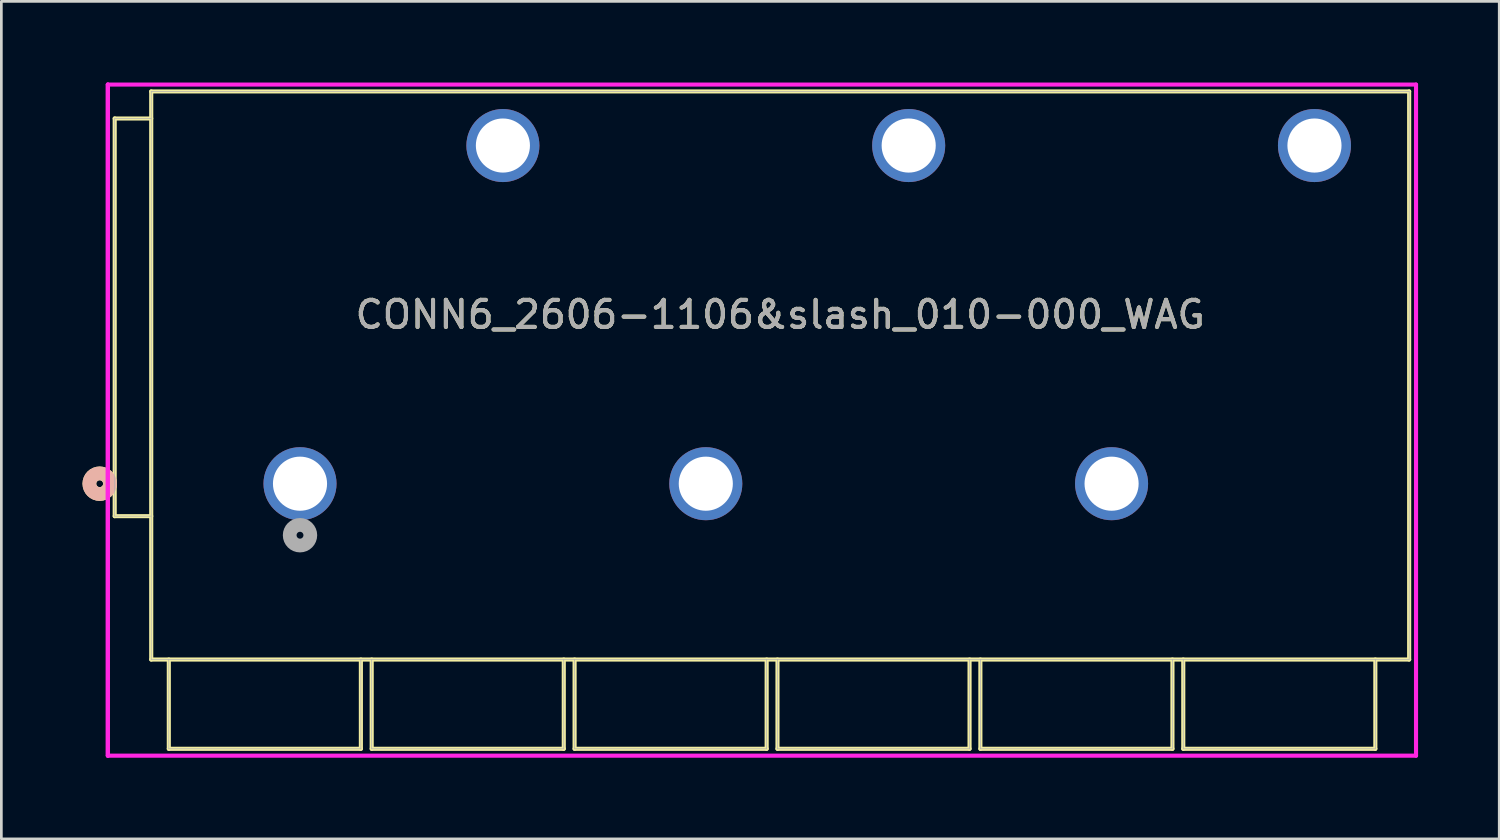
<source format=kicad_pcb>
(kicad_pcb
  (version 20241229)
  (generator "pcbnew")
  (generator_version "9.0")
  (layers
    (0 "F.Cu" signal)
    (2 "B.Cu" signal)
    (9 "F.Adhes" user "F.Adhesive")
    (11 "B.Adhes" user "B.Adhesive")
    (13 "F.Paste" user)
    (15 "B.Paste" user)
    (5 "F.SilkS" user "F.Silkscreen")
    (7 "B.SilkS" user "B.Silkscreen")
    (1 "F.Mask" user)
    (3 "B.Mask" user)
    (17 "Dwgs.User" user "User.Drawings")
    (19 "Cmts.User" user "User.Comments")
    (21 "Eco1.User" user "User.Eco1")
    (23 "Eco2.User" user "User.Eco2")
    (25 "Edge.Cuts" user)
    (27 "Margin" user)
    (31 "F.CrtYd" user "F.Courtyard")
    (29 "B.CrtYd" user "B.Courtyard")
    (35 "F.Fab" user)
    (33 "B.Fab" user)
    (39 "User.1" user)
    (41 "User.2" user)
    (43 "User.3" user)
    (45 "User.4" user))
  (footprint "CONN6_2606-1106&slash_010-000_WAG"
    (layer "F.Cu")
    (at 8.04 14.83)
    (property "Reference" "CONN6_2606-1106&slash_010-000_WAG" (at 17.75 -6.25 0) (unlocked yes) (layer "F.SilkS") (effects (font (size 1 1) (thickness 0.15))))
    (attr through_hole)
    (fp_line (start -6.85 1.2) (end -6.85 -13.5) (stroke (width 0.152) (type solid)) (layer "F.SilkS"))
    (fp_line (start -5.5 -14.5) (end 41 -14.5) (stroke (width 0.152) (type solid)) (layer "F.SilkS"))
    (fp_line (start -5.5 -13.5) (end -6.85 -13.5) (stroke (width 0.152) (type solid)) (layer "F.SilkS"))
    (fp_line (start -5.5 1.2) (end -6.85 1.2) (stroke (width 0.152) (type solid)) (layer "F.SilkS"))
    (fp_line (start -5.5 6.5) (end -5.5 -14.5) (stroke (width 0.152) (type solid)) (layer "F.SilkS"))
    (fp_line (start -5.5 6.5) (end 41 6.5) (stroke (width 0.152) (type solid)) (layer "F.SilkS"))
    (fp_line (start -4.85 6.5) (end -4.85 9.8) (stroke (width 0.152) (type solid)) (layer "F.SilkS"))
    (fp_line (start -4.85 9.8) (end 2.25 9.8) (stroke (width 0.152) (type solid)) (layer "F.SilkS"))
    (fp_line (start 2.25 6.5) (end 2.25 9.8) (stroke (width 0.152) (type solid)) (layer "F.SilkS"))
    (fp_line (start 2.65 6.5) (end 2.65 9.8) (stroke (width 0.152) (type solid)) (layer "F.SilkS"))
    (fp_line (start 2.65 9.8) (end 9.75 9.8) (stroke (width 0.152) (type solid)) (layer "F.SilkS"))
    (fp_line (start 9.75 6.5) (end 9.75 9.8) (stroke (width 0.152) (type solid)) (layer "F.SilkS"))
    (fp_line (start 10.15 6.5) (end 10.15 9.8) (stroke (width 0.152) (type solid)) (layer "F.SilkS"))
    (fp_line (start 10.15 9.8) (end 17.25 9.8) (stroke (width 0.152) (type solid)) (layer "F.SilkS"))
    (fp_line (start 17.25 6.5) (end 17.25 9.8) (stroke (width 0.152) (type solid)) (layer "F.SilkS"))
    (fp_line (start 17.65 6.5) (end 17.65 9.8) (stroke (width 0.152) (type solid)) (layer "F.SilkS"))
    (fp_line (start 17.65 9.8) (end 24.75 9.8) (stroke (width 0.152) (type solid)) (layer "F.SilkS"))
    (fp_line (start 24.75 6.5) (end 24.75 9.8) (stroke (width 0.152) (type solid)) (layer "F.SilkS"))
    (fp_line (start 25.15 6.5) (end 25.15 9.8) (stroke (width 0.152) (type solid)) (layer "F.SilkS"))
    (fp_line (start 25.15 9.8) (end 32.25 9.8) (stroke (width 0.152) (type solid)) (layer "F.SilkS"))
    (fp_line (start 32.25 6.5) (end 32.25 9.8) (stroke (width 0.152) (type solid)) (layer "F.SilkS"))
    (fp_line (start 32.65 6.5) (end 32.65 9.8) (stroke (width 0.152) (type solid)) (layer "F.SilkS"))
    (fp_line (start 32.65 9.8) (end 39.75 9.8) (stroke (width 0.152) (type solid)) (layer "F.SilkS"))
    (fp_line (start 39.75 6.5) (end 39.75 9.8) (stroke (width 0.152) (type solid)) (layer "F.SilkS"))
    (fp_line (start 41 -14.5) (end 41 6.5) (stroke (width 0.152) (type solid)) (layer "F.SilkS"))
    (fp_circle (center -7.405 0) (end -7.024 0) (stroke (width 0.508) (type solid)) (fill no) (layer "F.SilkS"))
    (fp_circle (center -7.405 0) (end -7.024 0) (stroke (width 0.508) (type solid)) (fill no) (layer "B.SilkS"))
    (fp_line (start -7.104 -14.754) (end -7.104 10.054) (stroke (width 0.152) (type solid)) (layer "F.CrtYd"))
    (fp_line (start -7.104 -14.754) (end -7.104 10.054) (stroke (width 0.152) (type solid)) (layer "F.CrtYd"))
    (fp_line (start -7.104 10.054) (end 41.254 10.054) (stroke (width 0.152) (type solid)) (layer "F.CrtYd"))
    (fp_line (start 41.254 -14.754) (end -7.104 -14.754) (stroke (width 0.152) (type solid)) (layer "F.CrtYd"))
    (fp_line (start 41.254 10.054) (end 41.254 -14.754) (stroke (width 0.152) (type solid)) (layer "F.CrtYd"))
    (fp_line (start -6.85 1.2) (end -6.85 -13.5) (stroke (width 0.025) (type solid)) (layer "F.Fab"))
    (fp_line (start -5.5 -14.5) (end 41 -14.5) (stroke (width 0.025) (type solid)) (layer "F.Fab"))
    (fp_line (start -5.5 -13.5) (end -6.85 -13.5) (stroke (width 0.025) (type solid)) (layer "F.Fab"))
    (fp_line (start -5.5 1.2) (end -6.85 1.2) (stroke (width 0.025) (type solid)) (layer "F.Fab"))
    (fp_line (start -5.5 6.5) (end -5.5 -14.5) (stroke (width 0.025) (type solid)) (layer "F.Fab"))
    (fp_line (start -5.5 6.5) (end 41 6.5) (stroke (width 0.025) (type solid)) (layer "F.Fab"))
    (fp_line (start -4.85 6.5) (end -4.85 9.8) (stroke (width 0.025) (type solid)) (layer "F.Fab"))
    (fp_line (start -4.85 9.8) (end 2.25 9.8) (stroke (width 0.025) (type solid)) (layer "F.Fab"))
    (fp_line (start 2.25 6.5) (end 2.25 9.8) (stroke (width 0.025) (type solid)) (layer "F.Fab"))
    (fp_line (start 2.65 6.5) (end 2.65 9.8) (stroke (width 0.025) (type solid)) (layer "F.Fab"))
    (fp_line (start 2.65 9.8) (end 9.75 9.8) (stroke (width 0.025) (type solid)) (layer "F.Fab"))
    (fp_line (start 9.75 6.5) (end 9.75 9.8) (stroke (width 0.025) (type solid)) (layer "F.Fab"))
    (fp_line (start 10.15 6.5) (end 10.15 9.8) (stroke (width 0.025) (type solid)) (layer "F.Fab"))
    (fp_line (start 10.15 9.8) (end 17.25 9.8) (stroke (width 0.025) (type solid)) (layer "F.Fab"))
    (fp_line (start 17.25 6.5) (end 17.25 9.8) (stroke (width 0.025) (type solid)) (layer "F.Fab"))
    (fp_line (start 17.65 6.5) (end 17.65 9.8) (stroke (width 0.025) (type solid)) (layer "F.Fab"))
    (fp_line (start 17.65 9.8) (end 24.75 9.8) (stroke (width 0.025) (type solid)) (layer "F.Fab"))
    (fp_line (start 24.75 6.5) (end 24.75 9.8) (stroke (width 0.025) (type solid)) (layer "F.Fab"))
    (fp_line (start 25.15 6.5) (end 25.15 9.8) (stroke (width 0.025) (type solid)) (layer "F.Fab"))
    (fp_line (start 25.15 9.8) (end 32.25 9.8) (stroke (width 0.025) (type solid)) (layer "F.Fab"))
    (fp_line (start 32.25 6.5) (end 32.25 9.8) (stroke (width 0.025) (type solid)) (layer "F.Fab"))
    (fp_line (start 32.65 6.5) (end 32.65 9.8) (stroke (width 0.025) (type solid)) (layer "F.Fab"))
    (fp_line (start 32.65 9.8) (end 39.75 9.8) (stroke (width 0.025) (type solid)) (layer "F.Fab"))
    (fp_line (start 39.75 6.5) (end 39.75 9.8) (stroke (width 0.025) (type solid)) (layer "F.Fab"))
    (fp_line (start 41 -14.5) (end 41 6.5) (stroke (width 0.025) (type solid)) (layer "F.Fab"))
    (fp_circle (center 0 1.905) (end 0.381 1.905) (stroke (width 0.508) (type solid)) (fill no) (layer "F.Fab"))
    (fp_text user "${REFERENCE}" (at 17.75 -6.25 0) (unlocked yes) (layer "F.Fab") (effects (font (size 1 1) (thickness 0.15))))
    (pad "1" thru_hole circle (at 0 0) (size 2.7 2.7) (drill 2) (layers "*.Cu" "*.Mask"))
    (pad "2" thru_hole circle (at 7.5 -12.5) (size 2.7 2.7) (drill 2) (layers "*.Cu" "*.Mask"))
    (pad "3" thru_hole circle (at 15 0) (size 2.7 2.7) (drill 2) (layers "*.Cu" "*.Mask"))
    (pad "4" thru_hole circle (at 22.5 -12.5) (size 2.7 2.7) (drill 2) (layers "*.Cu" "*.Mask"))
    (pad "5" thru_hole circle (at 30 0) (size 2.7 2.7) (drill 2) (layers "*.Cu" "*.Mask"))
    (pad "6" thru_hole circle (at 37.5 -12.5) (size 2.7 2.7) (drill 2) (layers "*.Cu" "*.Mask")))
  (gr_rect
    (start -3 -3)
    (end 52.37 27.96)
    (stroke (width 0.1) (type default))
    (fill no)
    (layer "Edge.Cuts")))
</source>
